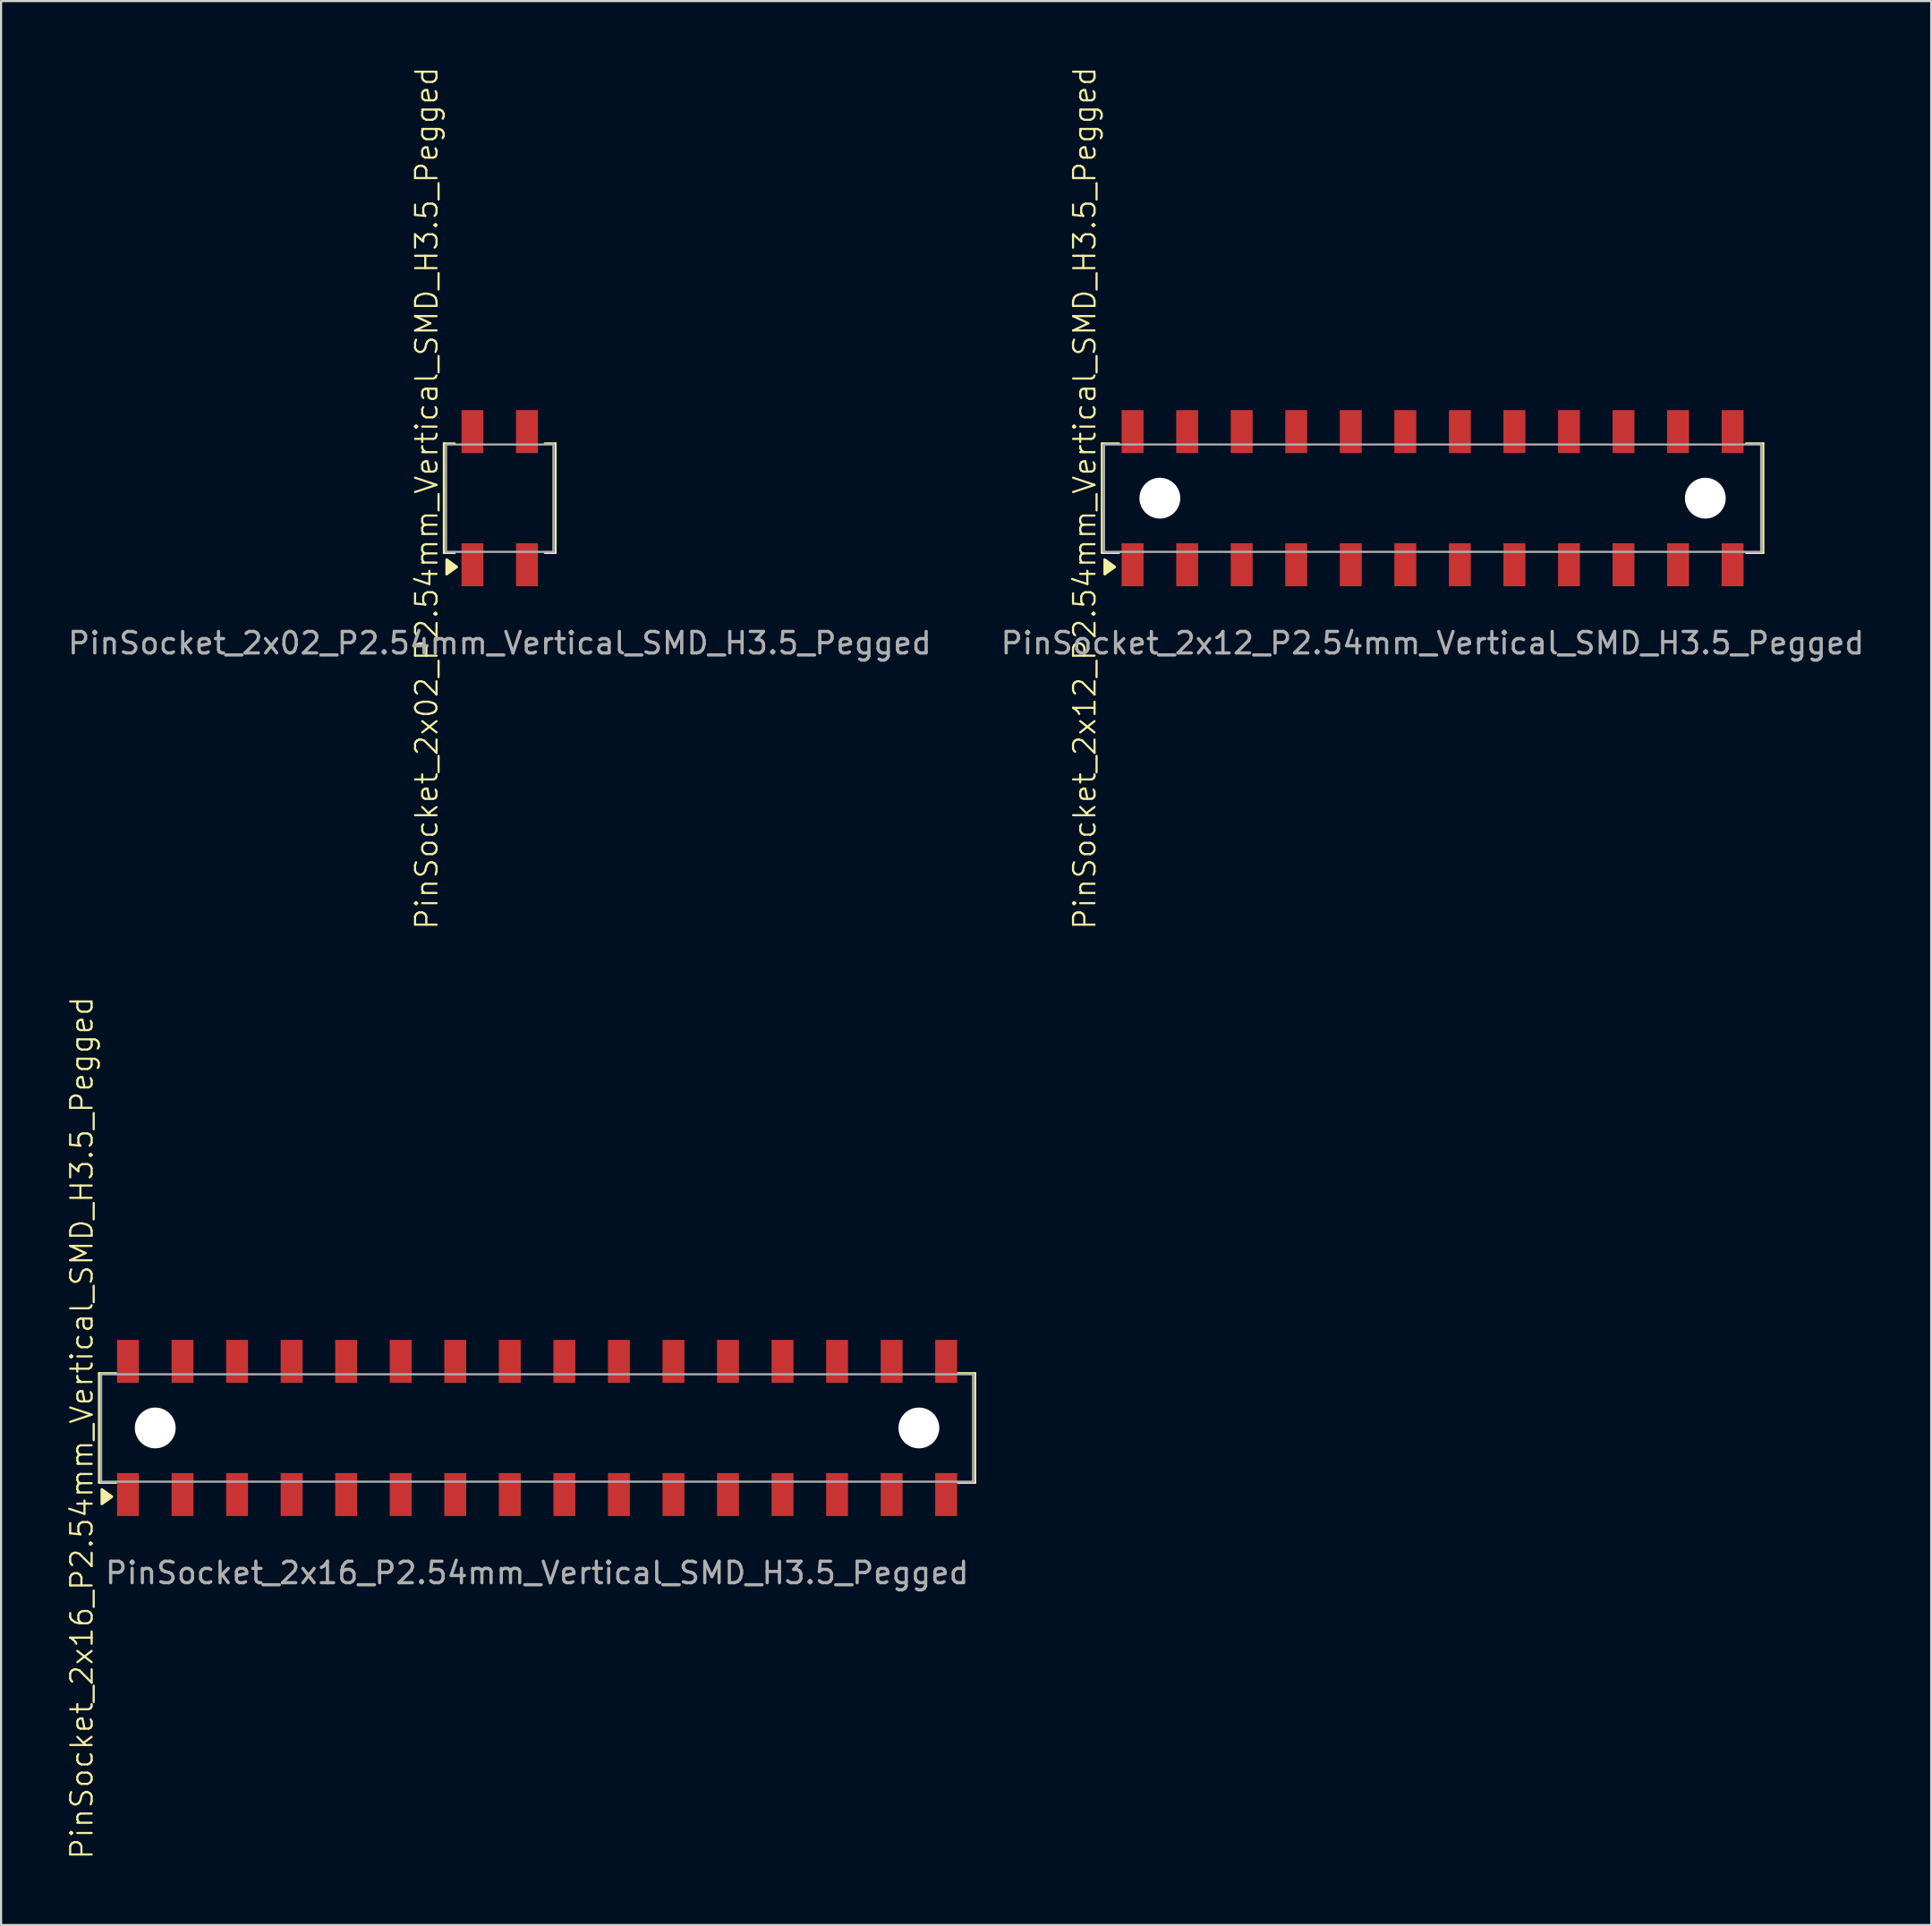
<source format=kicad_pcb>
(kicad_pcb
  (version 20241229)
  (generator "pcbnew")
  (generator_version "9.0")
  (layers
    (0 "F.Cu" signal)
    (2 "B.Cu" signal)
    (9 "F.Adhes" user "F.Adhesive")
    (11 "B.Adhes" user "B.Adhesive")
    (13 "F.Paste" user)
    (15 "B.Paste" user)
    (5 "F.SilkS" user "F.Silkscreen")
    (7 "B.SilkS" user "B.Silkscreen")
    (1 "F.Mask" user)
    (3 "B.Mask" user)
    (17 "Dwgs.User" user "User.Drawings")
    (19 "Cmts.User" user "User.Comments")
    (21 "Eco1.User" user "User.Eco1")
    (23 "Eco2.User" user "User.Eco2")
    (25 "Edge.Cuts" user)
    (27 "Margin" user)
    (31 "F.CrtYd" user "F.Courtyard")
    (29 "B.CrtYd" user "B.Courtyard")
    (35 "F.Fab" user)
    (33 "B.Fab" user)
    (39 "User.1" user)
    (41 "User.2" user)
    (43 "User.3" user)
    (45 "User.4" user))
  (footprint "PinSocket_2x02_P2.54mm_Vertical_SMD_H3.5_Pegged"
    (layer "F.Cu")
    (at 20.22 20.145)
    (property "Reference" "PinSocket_2x02_P2.54mm_Vertical_SMD_H3.5_Pegged" (at -3.4 0 90) (unlocked yes) (layer "F.SilkS") (effects (font (size 1 1) (thickness 0.1))))
    (attr smd)
    (fp_line (start -2.6 -2.55) (end -2.1 -2.55) (stroke (width 0.1) (type default)) (layer "F.SilkS"))
    (fp_line (start -2.6 2.55) (end -2.6 -2.55) (stroke (width 0.1) (type default)) (layer "F.SilkS"))
    (fp_line (start -2.6 2.55) (end -2.1 2.55) (stroke (width 0.1) (type default)) (layer "F.SilkS"))
    (fp_line (start 2.6 -2.55) (end 2.1 -2.55) (stroke (width 0.1) (type default)) (layer "F.SilkS"))
    (fp_line (start 2.6 -2.55) (end 2.6 2.55) (stroke (width 0.1) (type default)) (layer "F.SilkS"))
    (fp_line (start 2.6 2.55) (end 2.1 2.55) (stroke (width 0.1) (type default)) (layer "F.SilkS"))
    (fp_poly (pts (xy -2 3.2) (xy -2.47 3.54) (xy -2.47 2.86) (xy -2 3.2)) (stroke (width 0.12) (type solid)) (fill yes) (layer "F.SilkS"))
    (fp_rect (start -2.5 -2.5) (end 2.5 2.5) (stroke (width 0.1) (type default)) (fill no) (layer "F.Fab"))
    (fp_text user "${REFERENCE}" (at 0 6.75 0) (unlocked yes) (layer "F.Fab") (effects (font (size 1 1) (thickness 0.15))))
    (pad "1" smd rect (at -1.27 -3.1 180) (size 1.02 2) (layers "F.Cu" "F.Mask" "F.Paste"))
    (pad "1" smd rect (at -1.27 3.1 180) (size 1.02 2) (layers "F.Cu" "F.Mask" "F.Paste"))
    (pad "2" smd rect (at 1.27 -3.1 180) (size 1.02 2) (layers "F.Cu" "F.Mask" "F.Paste"))
    (pad "2" smd rect (at 1.27 3.1 180) (size 1.02 2) (layers "F.Cu" "F.Mask" "F.Paste")))
  (footprint "PinSocket_2x12_P2.54mm_Vertical_SMD_H3.5_Pegged"
    (layer "F.Cu")
    (at 63.661 20.145)
    (property "Reference" "PinSocket_2x12_P2.54mm_Vertical_SMD_H3.5_Pegged" (at -16.2 0 90) (unlocked yes) (layer "F.SilkS") (effects (font (size 1 1) (thickness 0.1))))
    (attr smd)
    (fp_line (start -15.4 -2.55) (end -14.6 -2.55) (stroke (width 0.1) (type default)) (layer "F.SilkS"))
    (fp_line (start -15.4 2.55) (end -15.4 -2.55) (stroke (width 0.1) (type default)) (layer "F.SilkS"))
    (fp_line (start -15.4 2.55) (end -14.6 2.55) (stroke (width 0.1) (type default)) (layer "F.SilkS"))
    (fp_line (start 15.4 -2.55) (end 14.6 -2.55) (stroke (width 0.1) (type default)) (layer "F.SilkS"))
    (fp_line (start 15.4 -2.55) (end 15.4 2.55) (stroke (width 0.1) (type default)) (layer "F.SilkS"))
    (fp_line (start 15.4 2.55) (end 14.6 2.55) (stroke (width 0.1) (type default)) (layer "F.SilkS"))
    (fp_poly (pts (xy -14.8 3.2) (xy -15.27 3.54) (xy -15.27 2.86) (xy -14.8 3.2)) (stroke (width 0.12) (type solid)) (fill yes) (layer "F.SilkS"))
    (fp_rect (start -15.3 -2.5) (end 15.3 2.5) (stroke (width 0.1) (type default)) (fill no) (layer "F.Fab"))
    (fp_text user "${REFERENCE}" (at 0 6.75 0) (unlocked yes) (layer "F.Fab") (effects (font (size 1 1) (thickness 0.15))))
    (pad "" np_thru_hole circle (at -12.7 0) (size 1.9 1.9) (drill 1.9) (layers "*.Cu" "*.Mask"))
    (pad "" np_thru_hole circle (at 12.7 0) (size 1.9 1.9) (drill 1.9) (layers "*.Cu" "*.Mask"))
    (pad "1" smd rect (at -13.97 -3.1 180) (size 1.02 2) (layers "F.Cu" "F.Mask" "F.Paste"))
    (pad "1" smd rect (at -13.97 3.1 180) (size 1.02 2) (layers "F.Cu" "F.Mask" "F.Paste"))
    (pad "2" smd rect (at -11.43 -3.1 180) (size 1.02 2) (layers "F.Cu" "F.Mask" "F.Paste"))
    (pad "2" smd rect (at -11.43 3.1 180) (size 1.02 2) (layers "F.Cu" "F.Mask" "F.Paste"))
    (pad "3" smd rect (at -8.89 -3.1 180) (size 1.02 2) (layers "F.Cu" "F.Mask" "F.Paste"))
    (pad "3" smd rect (at -8.89 3.1 180) (size 1.02 2) (layers "F.Cu" "F.Mask" "F.Paste"))
    (pad "4" smd rect (at -6.35 -3.1 180) (size 1.02 2) (layers "F.Cu" "F.Mask" "F.Paste"))
    (pad "4" smd rect (at -6.35 3.1 180) (size 1.02 2) (layers "F.Cu" "F.Mask" "F.Paste"))
    (pad "5" smd rect (at -3.81 -3.1 180) (size 1.02 2) (layers "F.Cu" "F.Mask" "F.Paste"))
    (pad "5" smd rect (at -3.81 3.1 180) (size 1.02 2) (layers "F.Cu" "F.Mask" "F.Paste"))
    (pad "6" smd rect (at -1.27 -3.1 180) (size 1.02 2) (layers "F.Cu" "F.Mask" "F.Paste"))
    (pad "6" smd rect (at -1.27 3.1 180) (size 1.02 2) (layers "F.Cu" "F.Mask" "F.Paste"))
    (pad "7" smd rect (at 1.27 -3.1 180) (size 1.02 2) (layers "F.Cu" "F.Mask" "F.Paste"))
    (pad "7" smd rect (at 1.27 3.1 180) (size 1.02 2) (layers "F.Cu" "F.Mask" "F.Paste"))
    (pad "8" smd rect (at 3.81 -3.1 180) (size 1.02 2) (layers "F.Cu" "F.Mask" "F.Paste"))
    (pad "8" smd rect (at 3.81 3.1 180) (size 1.02 2) (layers "F.Cu" "F.Mask" "F.Paste"))
    (pad "9" smd rect (at 6.35 -3.1 180) (size 1.02 2) (layers "F.Cu" "F.Mask" "F.Paste"))
    (pad "9" smd rect (at 6.35 3.1 180) (size 1.02 2) (layers "F.Cu" "F.Mask" "F.Paste"))
    (pad "10" smd rect (at 8.89 -3.1 180) (size 1.02 2) (layers "F.Cu" "F.Mask" "F.Paste"))
    (pad "10" smd rect (at 8.89 3.1 180) (size 1.02 2) (layers "F.Cu" "F.Mask" "F.Paste"))
    (pad "11" smd rect (at 11.43 -3.1 180) (size 1.02 2) (layers "F.Cu" "F.Mask" "F.Paste"))
    (pad "11" smd rect (at 11.43 3.1 180) (size 1.02 2) (layers "F.Cu" "F.Mask" "F.Paste"))
    (pad "12" smd rect (at 13.97 -3.1 180) (size 1.02 2) (layers "F.Cu" "F.Mask" "F.Paste"))
    (pad "12" smd rect (at 13.97 3.1 180) (size 1.02 2) (layers "F.Cu" "F.Mask" "F.Paste")))
  (footprint "PinSocket_2x16_P2.54mm_Vertical_SMD_H3.5_Pegged"
    (layer "F.Cu")
    (at 21.96 63.436)
    (property "Reference" "PinSocket_2x16_P2.54mm_Vertical_SMD_H3.5_Pegged" (at -21.2 0 90) (unlocked yes) (layer "F.SilkS") (effects (font (size 1 1) (thickness 0.1))))
    (attr smd)
    (fp_line (start -20.4 -2.55) (end -19.6 -2.55) (stroke (width 0.1) (type default)) (layer "F.SilkS"))
    (fp_line (start -20.4 2.55) (end -20.4 -2.55) (stroke (width 0.1) (type default)) (layer "F.SilkS"))
    (fp_line (start -20.4 2.55) (end -19.6 2.55) (stroke (width 0.1) (type default)) (layer "F.SilkS"))
    (fp_line (start 20.4 -2.55) (end 19.6 -2.55) (stroke (width 0.1) (type default)) (layer "F.SilkS"))
    (fp_line (start 20.4 -2.55) (end 20.4 2.55) (stroke (width 0.1) (type default)) (layer "F.SilkS"))
    (fp_line (start 20.4 2.55) (end 19.6 2.55) (stroke (width 0.1) (type default)) (layer "F.SilkS"))
    (fp_poly (pts (xy -19.8 3.2) (xy -20.27 3.54) (xy -20.27 2.86) (xy -19.8 3.2)) (stroke (width 0.12) (type solid)) (fill yes) (layer "F.SilkS"))
    (fp_rect (start -20.3 -2.5) (end 20.3 2.5) (stroke (width 0.1) (type default)) (fill no) (layer "F.Fab"))
    (fp_text user "${REFERENCE}" (at 0 6.75 0) (unlocked yes) (layer "F.Fab") (effects (font (size 1 1) (thickness 0.15))))
    (pad "" np_thru_hole circle (at -17.78 0) (size 1.9 1.9) (drill 1.9) (layers "*.Cu" "*.Mask"))
    (pad "" np_thru_hole circle (at 17.78 0) (size 1.9 1.9) (drill 1.9) (layers "*.Cu" "*.Mask"))
    (pad "1" smd rect (at -19.05 -3.1 180) (size 1.02 2) (layers "F.Cu" "F.Mask" "F.Paste"))
    (pad "1" smd rect (at -19.05 3.1 180) (size 1.02 2) (layers "F.Cu" "F.Mask" "F.Paste"))
    (pad "2" smd rect (at -16.51 -3.1 180) (size 1.02 2) (layers "F.Cu" "F.Mask" "F.Paste"))
    (pad "2" smd rect (at -16.51 3.1 180) (size 1.02 2) (layers "F.Cu" "F.Mask" "F.Paste"))
    (pad "3" smd rect (at -13.97 -3.1 180) (size 1.02 2) (layers "F.Cu" "F.Mask" "F.Paste"))
    (pad "3" smd rect (at -13.97 3.1 180) (size 1.02 2) (layers "F.Cu" "F.Mask" "F.Paste"))
    (pad "4" smd rect (at -11.43 -3.1 180) (size 1.02 2) (layers "F.Cu" "F.Mask" "F.Paste"))
    (pad "4" smd rect (at -11.43 3.1 180) (size 1.02 2) (layers "F.Cu" "F.Mask" "F.Paste"))
    (pad "5" smd rect (at -8.89 -3.1 180) (size 1.02 2) (layers "F.Cu" "F.Mask" "F.Paste"))
    (pad "5" smd rect (at -8.89 3.1 180) (size 1.02 2) (layers "F.Cu" "F.Mask" "F.Paste"))
    (pad "6" smd rect (at -6.35 -3.1 180) (size 1.02 2) (layers "F.Cu" "F.Mask" "F.Paste"))
    (pad "6" smd rect (at -6.35 3.1 180) (size 1.02 2) (layers "F.Cu" "F.Mask" "F.Paste"))
    (pad "7" smd rect (at -3.81 -3.1 180) (size 1.02 2) (layers "F.Cu" "F.Mask" "F.Paste"))
    (pad "7" smd rect (at -3.81 3.1 180) (size 1.02 2) (layers "F.Cu" "F.Mask" "F.Paste"))
    (pad "8" smd rect (at -1.27 -3.1 180) (size 1.02 2) (layers "F.Cu" "F.Mask" "F.Paste"))
    (pad "8" smd rect (at -1.27 3.1 180) (size 1.02 2) (layers "F.Cu" "F.Mask" "F.Paste"))
    (pad "9" smd rect (at 1.27 -3.1 180) (size 1.02 2) (layers "F.Cu" "F.Mask" "F.Paste"))
    (pad "9" smd rect (at 1.27 3.1 180) (size 1.02 2) (layers "F.Cu" "F.Mask" "F.Paste"))
    (pad "10" smd rect (at 3.81 -3.1 180) (size 1.02 2) (layers "F.Cu" "F.Mask" "F.Paste"))
    (pad "10" smd rect (at 3.81 3.1 180) (size 1.02 2) (layers "F.Cu" "F.Mask" "F.Paste"))
    (pad "11" smd rect (at 6.35 -3.1 180) (size 1.02 2) (layers "F.Cu" "F.Mask" "F.Paste"))
    (pad "11" smd rect (at 6.35 3.1 180) (size 1.02 2) (layers "F.Cu" "F.Mask" "F.Paste"))
    (pad "12" smd rect (at 8.89 -3.1 180) (size 1.02 2) (layers "F.Cu" "F.Mask" "F.Paste"))
    (pad "12" smd rect (at 8.89 3.1 180) (size 1.02 2) (layers "F.Cu" "F.Mask" "F.Paste"))
    (pad "13" smd rect (at 11.43 -3.1 180) (size 1.02 2) (layers "F.Cu" "F.Mask" "F.Paste"))
    (pad "13" smd rect (at 11.43 3.1 180) (size 1.02 2) (layers "F.Cu" "F.Mask" "F.Paste"))
    (pad "14" smd rect (at 13.97 -3.1 180) (size 1.02 2) (layers "F.Cu" "F.Mask" "F.Paste"))
    (pad "14" smd rect (at 13.97 3.1 180) (size 1.02 2) (layers "F.Cu" "F.Mask" "F.Paste"))
    (pad "15" smd rect (at 16.51 -3.1 180) (size 1.02 2) (layers "F.Cu" "F.Mask" "F.Paste"))
    (pad "15" smd rect (at 16.51 3.1 180) (size 1.02 2) (layers "F.Cu" "F.Mask" "F.Paste"))
    (pad "16" smd rect (at 19.05 -3.1 180) (size 1.02 2) (layers "F.Cu" "F.Mask" "F.Paste"))
    (pad "16" smd rect (at 19.05 3.1 180) (size 1.02 2) (layers "F.Cu" "F.Mask" "F.Paste")))
  (gr_rect
    (start -3 -3)
    (end 86.881 86.581)
    (stroke (width 0.1) (type default))
    (fill no)
    (layer "Edge.Cuts")))
</source>
